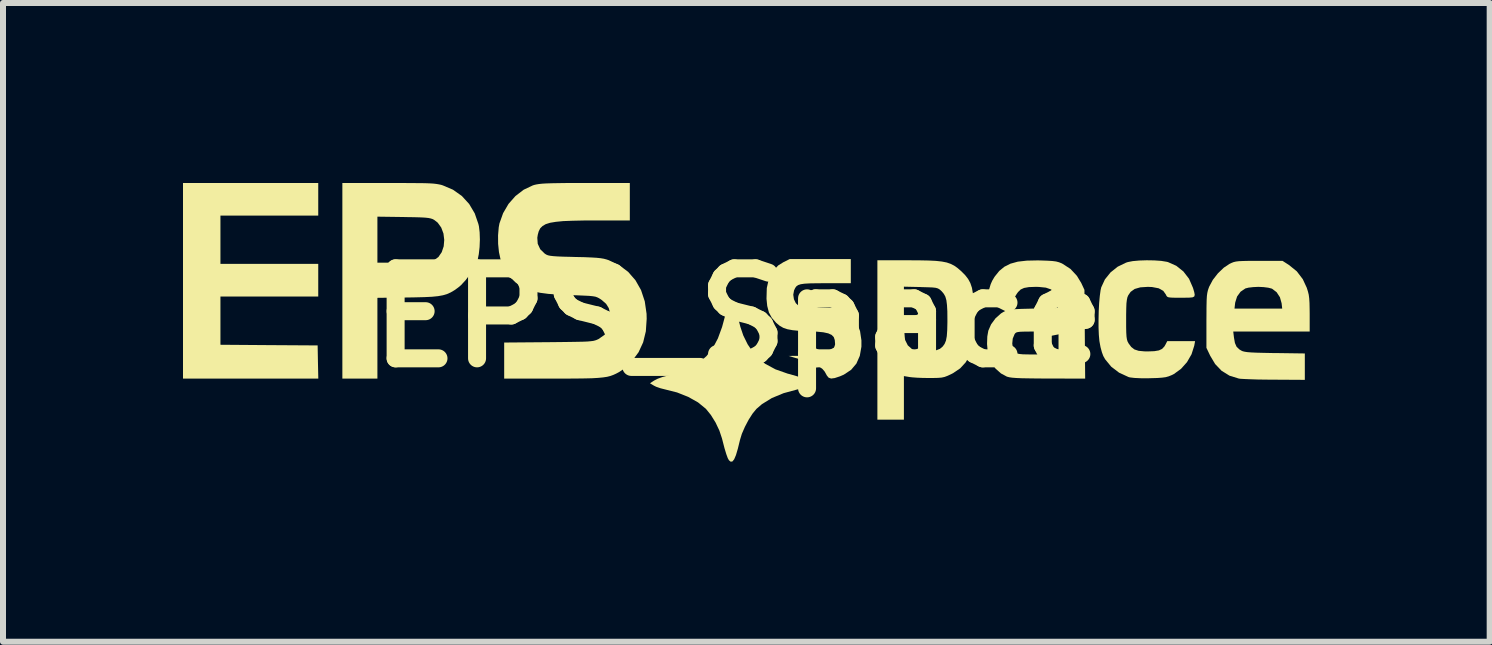
<source format=kicad_pcb>
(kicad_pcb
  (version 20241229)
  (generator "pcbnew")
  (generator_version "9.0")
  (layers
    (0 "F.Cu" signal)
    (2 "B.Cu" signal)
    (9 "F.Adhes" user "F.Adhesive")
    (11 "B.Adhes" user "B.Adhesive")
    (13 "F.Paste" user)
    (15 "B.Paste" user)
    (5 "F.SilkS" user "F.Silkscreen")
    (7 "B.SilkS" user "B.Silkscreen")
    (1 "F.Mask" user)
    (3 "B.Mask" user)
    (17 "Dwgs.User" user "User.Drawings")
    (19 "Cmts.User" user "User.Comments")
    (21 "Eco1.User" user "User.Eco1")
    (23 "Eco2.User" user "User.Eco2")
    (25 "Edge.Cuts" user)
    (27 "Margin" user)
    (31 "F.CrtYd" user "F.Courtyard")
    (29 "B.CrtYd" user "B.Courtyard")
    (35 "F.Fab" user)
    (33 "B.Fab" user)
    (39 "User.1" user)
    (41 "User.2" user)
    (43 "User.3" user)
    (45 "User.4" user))
  (footprint "EPS_Space"
    (layer "F.Cu")
    (at 9.258 2.244)
    (property "Reference" "EPS_Space" (at 0 0 0) (layer "F.SilkS") (effects (font (size 1.5 1.5) (thickness 0.3))))
    (attr board_only exclude_from_pos_files exclude_from_bom)
    (fp_poly (pts (xy -7.004 -1.972) (xy -7.004 -1.701) (xy -7.819 -1.701) (xy -8.634 -1.701) (xy -8.634 -1.298) (xy -8.634 -0.896) (xy -7.819 -0.896) (xy -7.004 -0.896) (xy -7.004 -0.624) (xy -7.004 -0.352) (xy -7.819 -0.352) (xy -8.634 -0.352) (xy -8.634 0.05) (xy -8.634 0.452) (xy -7.824 0.458) (xy -7.014 0.463) (xy -7.009 0.74) (xy -7.003 1.016) (xy -8.131 1.016) (xy -9.258 1.016) (xy -9.258 -0.614) (xy -9.258 -2.244) (xy -8.131 -2.244) (xy -7.004 -2.244)) (stroke (width 0) (type solid)) (fill yes) (layer "F.SilkS"))
    (fp_poly (pts (xy -5.63 -2.244) (xy -5.467 -2.243) (xy -5.335 -2.242) (xy -5.23 -2.241) (xy -5.148 -2.238) (xy -5.083 -2.234) (xy -5.033 -2.228) (xy -4.992 -2.221) (xy -4.955 -2.213) (xy -4.927 -2.204) (xy -4.758 -2.132) (xy -4.611 -2.028) (xy -4.489 -1.895) (xy -4.396 -1.738) (xy -4.335 -1.561) (xy -4.326 -1.523) (xy -4.314 -1.422) (xy -4.31 -1.302) (xy -4.315 -1.176) (xy -4.328 -1.059) (xy -4.347 -0.963) (xy -4.355 -0.939) (xy -4.402 -0.839) (xy -4.468 -0.731) (xy -4.545 -0.628) (xy -4.624 -0.542) (xy -4.67 -0.503) (xy -4.734 -0.457) (xy -4.795 -0.421) (xy -4.856 -0.394) (xy -4.925 -0.373) (xy -5.008 -0.358) (xy -5.109 -0.348) (xy -5.235 -0.342) (xy -5.391 -0.338) (xy -5.51 -0.336) (xy -6.018 -0.33) (xy -6.018 0.343) (xy -6.018 1.016) (xy -6.31 1.016) (xy -6.602 1.016) (xy -6.602 -0.614) (xy -6.602 -1.3) (xy -6.018 -1.3) (xy -6.018 -0.916) (xy -5.59 -0.916) (xy -5.445 -0.917) (xy -5.333 -0.918) (xy -5.25 -0.921) (xy -5.188 -0.926) (xy -5.142 -0.933) (xy -5.106 -0.944) (xy -5.078 -0.955) (xy -5.001 -1.011) (xy -4.946 -1.091) (xy -4.913 -1.189) (xy -4.904 -1.295) (xy -4.917 -1.402) (xy -4.954 -1.501) (xy -5.013 -1.583) (xy -5.072 -1.629) (xy -5.098 -1.643) (xy -5.129 -1.653) (xy -5.168 -1.661) (xy -5.224 -1.667) (xy -5.3 -1.671) (xy -5.404 -1.674) (xy -5.54 -1.676) (xy -5.58 -1.677) (xy -6.018 -1.683) (xy -6.018 -1.3) (xy -6.602 -1.3) (xy -6.602 -2.244) (xy -5.829 -2.244)) (stroke (width 0) (type solid)) (fill yes) (layer "F.SilkS"))
    (fp_poly (pts (xy -0.083 -0.216) (xy -0.058 -0.163) (xy -0.03 -0.078) (xy 0.003 0.041) (xy 0.031 0.152) (xy 0.08 0.297) (xy 0.153 0.445) (xy 0.243 0.579) (xy 0.308 0.656) (xy 0.446 0.77) (xy 0.617 0.862) (xy 0.822 0.934) (xy 0.835 0.937) (xy 0.966 0.974) (xy 1.062 1.005) (xy 1.127 1.033) (xy 1.166 1.059) (xy 1.182 1.085) (xy 1.183 1.09) (xy 1.178 1.121) (xy 1.147 1.147) (xy 1.086 1.171) (xy 0.991 1.194) (xy 0.976 1.198) (xy 0.752 1.259) (xy 0.556 1.34) (xy 0.392 1.441) (xy 0.299 1.521) (xy 0.235 1.599) (xy 0.169 1.702) (xy 0.107 1.82) (xy 0.056 1.937) (xy 0.024 2.042) (xy 0.024 2.043) (xy -0.011 2.186) (xy -0.042 2.291) (xy -0.072 2.361) (xy -0.101 2.397) (xy -0.13 2.401) (xy -0.159 2.377) (xy -0.179 2.341) (xy -0.203 2.275) (xy -0.233 2.176) (xy -0.268 2.04) (xy -0.275 2.013) (xy -0.319 1.881) (xy -0.383 1.746) (xy -0.461 1.621) (xy -0.542 1.521) (xy -0.544 1.519) (xy -0.675 1.412) (xy -0.837 1.321) (xy -1.023 1.247) (xy -1.221 1.197) (xy -1.3 1.177) (xy -1.372 1.152) (xy -1.41 1.133) (xy -1.475 1.094) (xy -1.407 1.049) (xy -1.346 1.018) (xy -1.269 0.99) (xy -1.228 0.979) (xy -1.005 0.917) (xy -0.817 0.843) (xy -0.661 0.752) (xy -0.533 0.641) (xy -0.428 0.507) (xy -0.343 0.346) (xy -0.273 0.155) (xy -0.253 0.081) (xy -0.225 -0.023) (xy -0.205 -0.095) (xy -0.191 -0.143) (xy -0.18 -0.173) (xy -0.169 -0.194) (xy -0.157 -0.211) (xy -0.151 -0.219) (xy -0.128 -0.241) (xy -0.105 -0.241)) (stroke (width 0) (type solid)) (fill yes) (layer "F.SilkS"))
    (fp_poly (pts (xy 9.174 -0.878) (xy 9.305 -0.772) (xy 9.405 -0.641) (xy 9.471 -0.499) (xy 9.49 -0.439) (xy 9.504 -0.383) (xy 9.512 -0.321) (xy 9.517 -0.244) (xy 9.519 -0.141) (xy 9.52 -0.065) (xy 9.52 0.231) (xy 8.883 0.231) (xy 8.246 0.231) (xy 8.258 0.332) (xy 8.274 0.422) (xy 8.301 0.484) (xy 8.346 0.528) (xy 8.378 0.548) (xy 8.404 0.56) (xy 8.437 0.568) (xy 8.483 0.575) (xy 8.547 0.58) (xy 8.634 0.584) (xy 8.75 0.587) (xy 8.9 0.59) (xy 8.941 0.59) (xy 9.439 0.597) (xy 9.439 0.817) (xy 9.439 1.037) (xy 8.931 1.034) (xy 8.787 1.033) (xy 8.652 1.031) (xy 8.532 1.027) (xy 8.435 1.023) (xy 8.366 1.019) (xy 8.338 1.015) (xy 8.183 0.967) (xy 8.052 0.886) (xy 7.944 0.773) (xy 7.862 0.635) (xy 7.799 0.503) (xy 7.799 0.05) (xy 7.8 -0.098) (xy 7.8 -0.151) (xy 8.267 -0.151) (xy 8.665 -0.151) (xy 9.062 -0.151) (xy 9.052 -0.24) (xy 9.024 -0.34) (xy 8.969 -0.424) (xy 8.894 -0.481) (xy 8.884 -0.485) (xy 8.829 -0.499) (xy 8.751 -0.509) (xy 8.666 -0.513) (xy 8.665 -0.513) (xy 8.579 -0.509) (xy 8.501 -0.5) (xy 8.446 -0.486) (xy 8.446 -0.485) (xy 8.368 -0.432) (xy 8.31 -0.352) (xy 8.279 -0.253) (xy 8.277 -0.24) (xy 8.267 -0.151) (xy 7.8 -0.151) (xy 7.801 -0.212) (xy 7.803 -0.298) (xy 7.807 -0.363) (xy 7.814 -0.413) (xy 7.823 -0.453) (xy 7.836 -0.492) (xy 7.846 -0.518) (xy 7.906 -0.63) (xy 7.991 -0.739) (xy 8.089 -0.833) (xy 8.184 -0.896) (xy 8.22 -0.913) (xy 8.253 -0.926) (xy 8.292 -0.935) (xy 8.341 -0.941) (xy 8.409 -0.944) (xy 8.501 -0.946) (xy 8.625 -0.946) (xy 8.675 -0.946) (xy 9.068 -0.946)) (stroke (width 0) (type solid)) (fill yes) (layer "F.SilkS"))
    (fp_poly (pts (xy 1.872 -0.775) (xy 1.872 -0.574) (xy 1.454 -0.574) (xy 1.302 -0.573) (xy 1.186 -0.571) (xy 1.1 -0.566) (xy 1.038 -0.557) (xy 0.995 -0.543) (xy 0.965 -0.522) (xy 0.945 -0.494) (xy 0.927 -0.456) (xy 0.926 -0.453) (xy 0.913 -0.382) (xy 0.924 -0.307) (xy 0.955 -0.242) (xy 0.992 -0.207) (xy 1.032 -0.196) (xy 1.11 -0.186) (xy 1.22 -0.178) (xy 1.361 -0.172) (xy 1.369 -0.171) (xy 1.492 -0.167) (xy 1.583 -0.163) (xy 1.649 -0.157) (xy 1.697 -0.149) (xy 1.735 -0.137) (xy 1.77 -0.12) (xy 1.797 -0.105) (xy 1.898 -0.022) (xy 1.975 0.089) (xy 2.026 0.224) (xy 2.049 0.379) (xy 2.049 0.483) (xy 2.022 0.637) (xy 1.965 0.766) (xy 1.877 0.87) (xy 1.756 0.95) (xy 1.692 0.978) (xy 1.604 1.007) (xy 1.544 1.015) (xy 1.503 1.001) (xy 1.473 0.965) (xy 1.464 0.948) (xy 1.436 0.898) (xy 1.4 0.856) (xy 1.35 0.819) (xy 1.281 0.783) (xy 1.188 0.747) (xy 1.066 0.707) (xy 0.936 0.668) (xy 0.835 0.638) (xy 1.097 0.636) (xy 1.203 0.633) (xy 1.302 0.629) (xy 1.383 0.622) (xy 1.434 0.615) (xy 1.436 0.615) (xy 1.524 0.58) (xy 1.584 0.524) (xy 1.609 0.453) (xy 1.61 0.438) (xy 1.605 0.374) (xy 1.588 0.324) (xy 1.553 0.288) (xy 1.496 0.262) (xy 1.413 0.244) (xy 1.298 0.233) (xy 1.157 0.226) (xy 1.013 0.22) (xy 0.901 0.209) (xy 0.815 0.193) (xy 0.747 0.17) (xy 0.689 0.137) (xy 0.635 0.092) (xy 0.627 0.085) (xy 0.555 0.002) (xy 0.507 -0.087) (xy 0.479 -0.195) (xy 0.467 -0.314) (xy 0.472 -0.494) (xy 0.506 -0.647) (xy 0.57 -0.772) (xy 0.662 -0.87) (xy 0.747 -0.923) (xy 0.853 -0.976) (xy 1.363 -0.976) (xy 1.872 -0.976)) (stroke (width 0) (type solid)) (fill yes) (layer "F.SilkS"))
    (fp_poly (pts (xy 2.823 -0.956) (xy 3.012 -0.955) (xy 3.166 -0.952) (xy 3.29 -0.946) (xy 3.39 -0.935) (xy 3.471 -0.919) (xy 3.537 -0.896) (xy 3.596 -0.866) (xy 3.651 -0.827) (xy 3.708 -0.778) (xy 3.718 -0.768) (xy 3.779 -0.707) (xy 3.827 -0.645) (xy 3.864 -0.577) (xy 3.891 -0.497) (xy 3.908 -0.399) (xy 3.918 -0.278) (xy 3.922 -0.129) (xy 3.921 0.055) (xy 3.921 0.071) (xy 3.919 0.215) (xy 3.916 0.324) (xy 3.913 0.406) (xy 3.907 0.467) (xy 3.9 0.513) (xy 3.889 0.551) (xy 3.875 0.588) (xy 3.862 0.615) (xy 3.787 0.745) (xy 3.695 0.845) (xy 3.577 0.925) (xy 3.546 0.941) (xy 3.486 0.969) (xy 3.436 0.988) (xy 3.386 0.999) (xy 3.324 1.004) (xy 3.238 1.006) (xy 3.181 1.006) (xy 3.077 1.005) (xy 2.977 1.001) (xy 2.896 0.995) (xy 2.853 0.99) (xy 2.757 0.974) (xy 2.757 1.337) (xy 2.757 1.701) (xy 2.536 1.701) (xy 2.315 1.701) (xy 2.315 0.372) (xy 2.315 -0.516) (xy 2.757 -0.516) (xy 2.757 -0.107) (xy 2.758 0.022) (xy 2.761 0.142) (xy 2.765 0.245) (xy 2.771 0.323) (xy 2.777 0.37) (xy 2.778 0.374) (xy 2.822 0.462) (xy 2.895 0.527) (xy 2.962 0.555) (xy 3.038 0.566) (xy 3.128 0.566) (xy 3.221 0.558) (xy 3.301 0.542) (xy 3.357 0.52) (xy 3.36 0.518) (xy 3.404 0.481) (xy 3.435 0.438) (xy 3.458 0.383) (xy 3.472 0.308) (xy 3.479 0.209) (xy 3.482 0.078) (xy 3.482 0.035) (xy 3.481 -0.105) (xy 3.475 -0.211) (xy 3.465 -0.29) (xy 3.448 -0.35) (xy 3.422 -0.397) (xy 3.387 -0.439) (xy 3.372 -0.453) (xy 3.348 -0.473) (xy 3.323 -0.487) (xy 3.288 -0.497) (xy 3.236 -0.503) (xy 3.159 -0.506) (xy 3.051 -0.509) (xy 3.038 -0.51) (xy 2.757 -0.516) (xy 2.315 -0.516) (xy 2.315 -0.956)) (stroke (width 0) (type solid)) (fill yes) (layer "F.SilkS"))
    (fp_poly (pts (xy 6.93 -0.954) (xy 7.045 -0.946) (xy 7.137 -0.931) (xy 7.158 -0.926) (xy 7.297 -0.864) (xy 7.415 -0.77) (xy 7.509 -0.648) (xy 7.573 -0.501) (xy 7.576 -0.493) (xy 7.596 -0.425) (xy 7.604 -0.38) (xy 7.596 -0.352) (xy 7.566 -0.338) (xy 7.508 -0.333) (xy 7.417 -0.332) (xy 7.376 -0.332) (xy 7.276 -0.332) (xy 7.21 -0.334) (xy 7.168 -0.339) (xy 7.145 -0.349) (xy 7.132 -0.365) (xy 7.125 -0.382) (xy 7.08 -0.446) (xy 7.004 -0.489) (xy 6.894 -0.51) (xy 6.823 -0.513) (xy 6.697 -0.505) (xy 6.603 -0.478) (xy 6.536 -0.43) (xy 6.496 -0.372) (xy 6.482 -0.339) (xy 6.473 -0.296) (xy 6.466 -0.238) (xy 6.463 -0.158) (xy 6.461 -0.048) (xy 6.461 0.03) (xy 6.461 0.156) (xy 6.463 0.249) (xy 6.467 0.315) (xy 6.474 0.362) (xy 6.484 0.396) (xy 6.499 0.424) (xy 6.5 0.427) (xy 6.546 0.489) (xy 6.599 0.53) (xy 6.669 0.553) (xy 6.764 0.562) (xy 6.822 0.563) (xy 6.93 0.559) (xy 7.007 0.546) (xy 7.06 0.521) (xy 7.098 0.481) (xy 7.115 0.452) (xy 7.146 0.392) (xy 7.378 0.392) (xy 7.61 0.392) (xy 7.596 0.468) (xy 7.551 0.61) (xy 7.475 0.742) (xy 7.375 0.854) (xy 7.258 0.939) (xy 7.22 0.958) (xy 7.171 0.978) (xy 7.121 0.992) (xy 7.061 1) (xy 6.981 1.006) (xy 6.873 1.009) (xy 6.843 1.01) (xy 6.707 1.01) (xy 6.599 1.005) (xy 6.524 0.996) (xy 6.501 0.99) (xy 6.343 0.917) (xy 6.212 0.817) (xy 6.111 0.694) (xy 6.08 0.639) (xy 6.057 0.577) (xy 6.034 0.492) (xy 6.017 0.4) (xy 6.015 0.387) (xy 6.006 0.288) (xy 6.001 0.165) (xy 6.001 0.03) (xy 6.004 -0.109) (xy 6.011 -0.243) (xy 6.022 -0.362) (xy 6.035 -0.457) (xy 6.046 -0.505) (xy 6.107 -0.637) (xy 6.201 -0.754) (xy 6.32 -0.849) (xy 6.458 -0.916) (xy 6.488 -0.926) (xy 6.57 -0.942) (xy 6.68 -0.952) (xy 6.804 -0.956)) (stroke (width 0) (type solid)) (fill yes) (layer "F.SilkS"))
    (fp_poly (pts (xy 5.033 -0.953) (xy 5.148 -0.949) (xy 5.231 -0.944) (xy 5.293 -0.936) (xy 5.342 -0.923) (xy 5.387 -0.905) (xy 5.402 -0.897) (xy 5.533 -0.812) (xy 5.641 -0.696) (xy 5.713 -0.577) (xy 5.766 -0.463) (xy 5.772 0.277) (xy 5.778 1.016) (xy 5.168 1.015) (xy 4.985 1.014) (xy 4.837 1.012) (xy 4.721 1.01) (xy 4.631 1.006) (xy 4.564 1.001) (xy 4.515 0.994) (xy 4.48 0.985) (xy 4.473 0.983) (xy 4.375 0.93) (xy 4.284 0.849) (xy 4.212 0.75) (xy 4.179 0.68) (xy 4.154 0.57) (xy 4.143 0.442) (xy 4.143 0.432) (xy 4.563 0.432) (xy 4.574 0.511) (xy 4.606 0.57) (xy 4.609 0.574) (xy 4.627 0.588) (xy 4.65 0.599) (xy 4.684 0.606) (xy 4.737 0.611) (xy 4.814 0.613) (xy 4.921 0.614) (xy 4.991 0.614) (xy 5.334 0.614) (xy 5.334 0.423) (xy 5.334 0.231) (xy 4.982 0.231) (xy 4.855 0.232) (xy 4.762 0.233) (xy 4.698 0.235) (xy 4.656 0.24) (xy 4.629 0.248) (xy 4.613 0.26) (xy 4.601 0.276) (xy 4.601 0.277) (xy 4.571 0.349) (xy 4.563 0.432) (xy 4.143 0.432) (xy 4.147 0.314) (xy 4.164 0.217) (xy 4.21 0.112) (xy 4.284 0.011) (xy 4.375 -0.07) (xy 4.409 -0.091) (xy 4.441 -0.108) (xy 4.473 -0.121) (xy 4.51 -0.13) (xy 4.56 -0.137) (xy 4.629 -0.142) (xy 4.722 -0.146) (xy 4.847 -0.149) (xy 4.911 -0.151) (xy 5.324 -0.161) (xy 5.317 -0.252) (xy 5.3 -0.35) (xy 5.266 -0.422) (xy 5.208 -0.471) (xy 5.123 -0.5) (xy 5.005 -0.512) (xy 4.951 -0.513) (xy 4.84 -0.509) (xy 4.76 -0.495) (xy 4.703 -0.469) (xy 4.659 -0.426) (xy 4.639 -0.398) (xy 4.599 -0.334) (xy 4.372 -0.333) (xy 4.145 -0.332) (xy 4.158 -0.387) (xy 4.182 -0.487) (xy 4.204 -0.559) (xy 4.23 -0.617) (xy 4.264 -0.674) (xy 4.272 -0.686) (xy 4.346 -0.778) (xy 4.431 -0.848) (xy 4.532 -0.899) (xy 4.655 -0.933) (xy 4.805 -0.95) (xy 4.987 -0.954)) (stroke (width 0) (type solid)) (fill yes) (layer "F.SilkS"))
    (fp_poly (pts (xy -1.811 -1.932) (xy -1.811 -1.62) (xy -2.36 -1.62) (xy -2.582 -1.619) (xy -2.768 -1.615) (xy -2.921 -1.609) (xy -3.043 -1.597) (xy -3.14 -1.581) (xy -3.213 -1.558) (xy -3.266 -1.527) (xy -3.304 -1.489) (xy -3.329 -1.44) (xy -3.345 -1.382) (xy -3.353 -1.331) (xy -3.346 -1.231) (xy -3.304 -1.14) (xy -3.229 -1.067) (xy -3.226 -1.065) (xy -3.202 -1.05) (xy -3.175 -1.039) (xy -3.138 -1.031) (xy -3.087 -1.025) (xy -3.015 -1.02) (xy -2.917 -1.016) (xy -2.787 -1.013) (xy -2.723 -1.011) (xy -2.573 -1.008) (xy -2.457 -1.003) (xy -2.369 -0.998) (xy -2.301 -0.991) (xy -2.246 -0.982) (xy -2.2 -0.97) (xy -2.164 -0.958) (xy -1.988 -0.875) (xy -1.839 -0.763) (xy -1.717 -0.623) (xy -1.624 -0.459) (xy -1.562 -0.272) (xy -1.532 -0.065) (xy -1.53 0.02) (xy -1.544 0.228) (xy -1.589 0.412) (xy -1.665 0.576) (xy -1.775 0.725) (xy -1.796 0.748) (xy -1.862 0.811) (xy -1.934 0.87) (xy -1.99 0.907) (xy -2.039 0.933) (xy -2.085 0.954) (xy -2.134 0.972) (xy -2.189 0.986) (xy -2.256 0.996) (xy -2.338 1.004) (xy -2.439 1.01) (xy -2.564 1.013) (xy -2.716 1.015) (xy -2.901 1.016) (xy -3.104 1.016) (xy -3.905 1.016) (xy -3.905 0.716) (xy -3.905 0.415) (xy -3.165 0.409) (xy -2.973 0.407) (xy -2.816 0.405) (xy -2.692 0.403) (xy -2.594 0.401) (xy -2.52 0.398) (xy -2.464 0.393) (xy -2.422 0.388) (xy -2.39 0.38) (xy -2.364 0.371) (xy -2.34 0.36) (xy -2.333 0.357) (xy -2.232 0.286) (xy -2.164 0.194) (xy -2.131 0.083) (xy -2.133 -0.045) (xy -2.136 -0.063) (xy -2.162 -0.159) (xy -2.206 -0.23) (xy -2.278 -0.293) (xy -2.298 -0.307) (xy -2.327 -0.325) (xy -2.355 -0.339) (xy -2.387 -0.35) (xy -2.43 -0.357) (xy -2.49 -0.363) (xy -2.574 -0.367) (xy -2.686 -0.372) (xy -2.806 -0.376) (xy -3.005 -0.384) (xy -3.169 -0.396) (xy -3.305 -0.414) (xy -3.418 -0.438) (xy -3.516 -0.47) (xy -3.602 -0.512) (xy -3.684 -0.564) (xy -3.717 -0.588) (xy -3.791 -0.661) (xy -3.864 -0.761) (xy -3.926 -0.874) (xy -3.967 -0.977) (xy -3.992 -1.092) (xy -4.006 -1.229) (xy -4.007 -1.372) (xy -3.996 -1.504) (xy -3.984 -1.57) (xy -3.923 -1.741) (xy -3.833 -1.895) (xy -3.717 -2.027) (xy -3.58 -2.132) (xy -3.428 -2.204) (xy -3.403 -2.212) (xy -3.368 -2.22) (xy -3.325 -2.227) (xy -3.27 -2.233) (xy -3.199 -2.237) (xy -3.107 -2.24) (xy -2.99 -2.242) (xy -2.843 -2.244) (xy -2.663 -2.244) (xy -2.552 -2.244) (xy -1.811 -2.244)) (stroke (width 0) (type solid)) (fill yes) (layer "F.SilkS")))
  (gr_rect
    (start -3 -3)
    (end 21.778 7.645)
    (stroke (width 0.1) (type default))
    (fill no)
    (layer "Edge.Cuts")))
</source>
